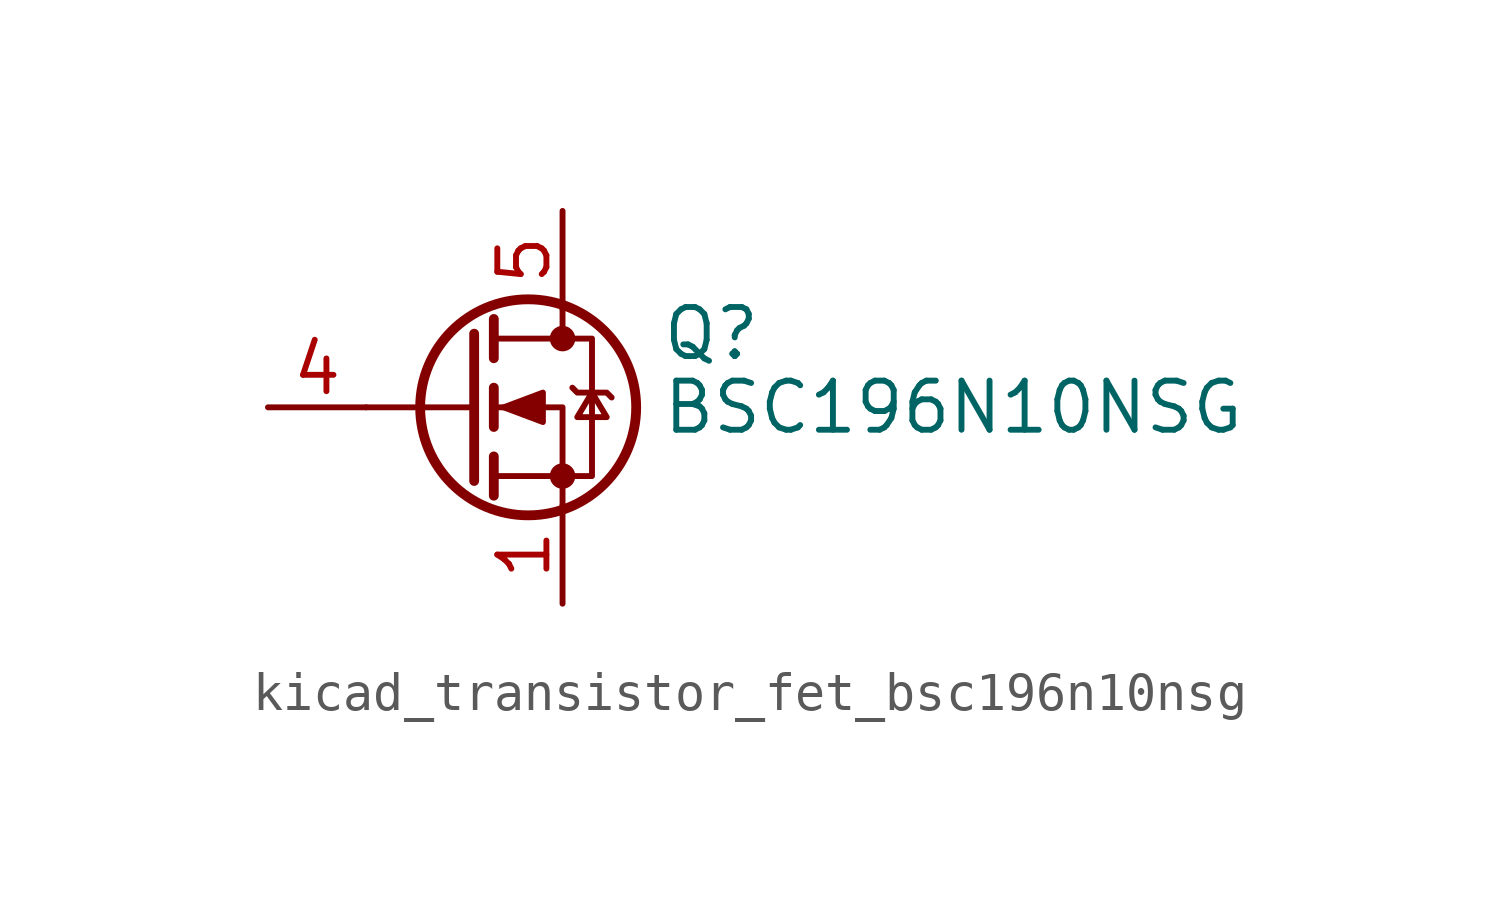
<source format=kicad_sym>
(kicad_symbol_lib
  (version 20220914)
  (generator kicad_symbol_editor)
  (symbol "kicad_transistor_fet_bsc196n10nsg"
    (pin_names hide)
    (property "Reference" "Q"
      (at 5.08 1.905 0)
      (effects (font (size 1.27 1.27)) (justify left)))
    (property "Value" "BSC196N10NSG"
      (at 5.08 0 0)
      (effects (font (size 1.27 1.27)) (justify left)))
    (symbol "kicad_transistor_fet_bsc196n10nsg_0_1"
      (polyline (pts (xy 0.254 0) (xy -2.54 0)) (stroke (width 0) (type default)) (fill (type none)))
      (polyline (pts (xy 0.254 1.905) (xy 0.254 -1.905)) (stroke (width 0.254) (type default)) (fill (type none)))
      (polyline (pts (xy 0.762 -1.27) (xy 0.762 -2.286)) (stroke (width 0.254) (type default)) (fill (type none)))
      (polyline (pts (xy 0.762 0.508) (xy 0.762 -0.508)) (stroke (width 0.254) (type default)) (fill (type none)))
      (polyline (pts (xy 0.762 2.286) (xy 0.762 1.27)) (stroke (width 0.254) (type default)) (fill (type none)))
      (polyline (pts (xy 2.54 2.54) (xy 2.54 1.778)) (stroke (width 0) (type default)) (fill (type none)))
      (polyline (pts (xy 2.54 -2.54) (xy 2.54 0) (xy 0.762 0)) (stroke (width 0) (type default)) (fill (type none)))
      (polyline (pts (xy 0.762 -1.778) (xy 3.302 -1.778) (xy 3.302 1.778) (xy 0.762 1.778)) (stroke (width 0) (type default)) (fill (type none)))
      (polyline (pts (xy 1.016 0) (xy 2.032 0.381) (xy 2.032 -0.381) (xy 1.016 0)) (stroke (width 0) (type default)) (fill (type outline)))
      (polyline (pts (xy 2.794 0.508) (xy 2.921 0.381) (xy 3.683 0.381) (xy 3.81 0.254)) (stroke (width 0) (type default)) (fill (type none)))
      (polyline (pts (xy 3.302 0.381) (xy 2.921 -0.254) (xy 3.683 -0.254) (xy 3.302 0.381)) (stroke (width 0) (type default)) (fill (type none)))
      (circle (center 1.651 0) (radius 2.794) (stroke (width 0.254) (type default)) (fill (type none)))
      (circle (center 2.54 -1.778) (radius 0.254) (stroke (width 0) (type default)) (fill (type outline)))
      (circle (center 2.54 1.778) (radius 0.254) (stroke (width 0) (type default)) (fill (type outline))))
    (symbol "kicad_transistor_fet_bsc196n10nsg_1_1"
      (pin passive line (at 2.54 -5.08 90) (length 2.54) (name "S" (effects (font (size 1.27 1.27)))) (number "1" (effects (font (size 1.27 1.27)))))
      (pin passive line (at 2.54 -5.08 90) (length 2.54) hide (name "S" (effects (font (size 1.27 1.27)))) (number "2" (effects (font (size 1.27 1.27)))))
      (pin passive line (at 2.54 -5.08 90) (length 2.54) hide (name "S" (effects (font (size 1.27 1.27)))) (number "3" (effects (font (size 1.27 1.27)))))
      (pin passive line (at -5.08 0 0) (length 2.54) (name "G" (effects (font (size 1.27 1.27)))) (number "4" (effects (font (size 1.27 1.27)))))
      (pin passive line (at 2.54 5.08 270) (length 2.54) (name "D" (effects (font (size 1.27 1.27)))) (number "5" (effects (font (size 1.27 1.27))))))))
</source>
